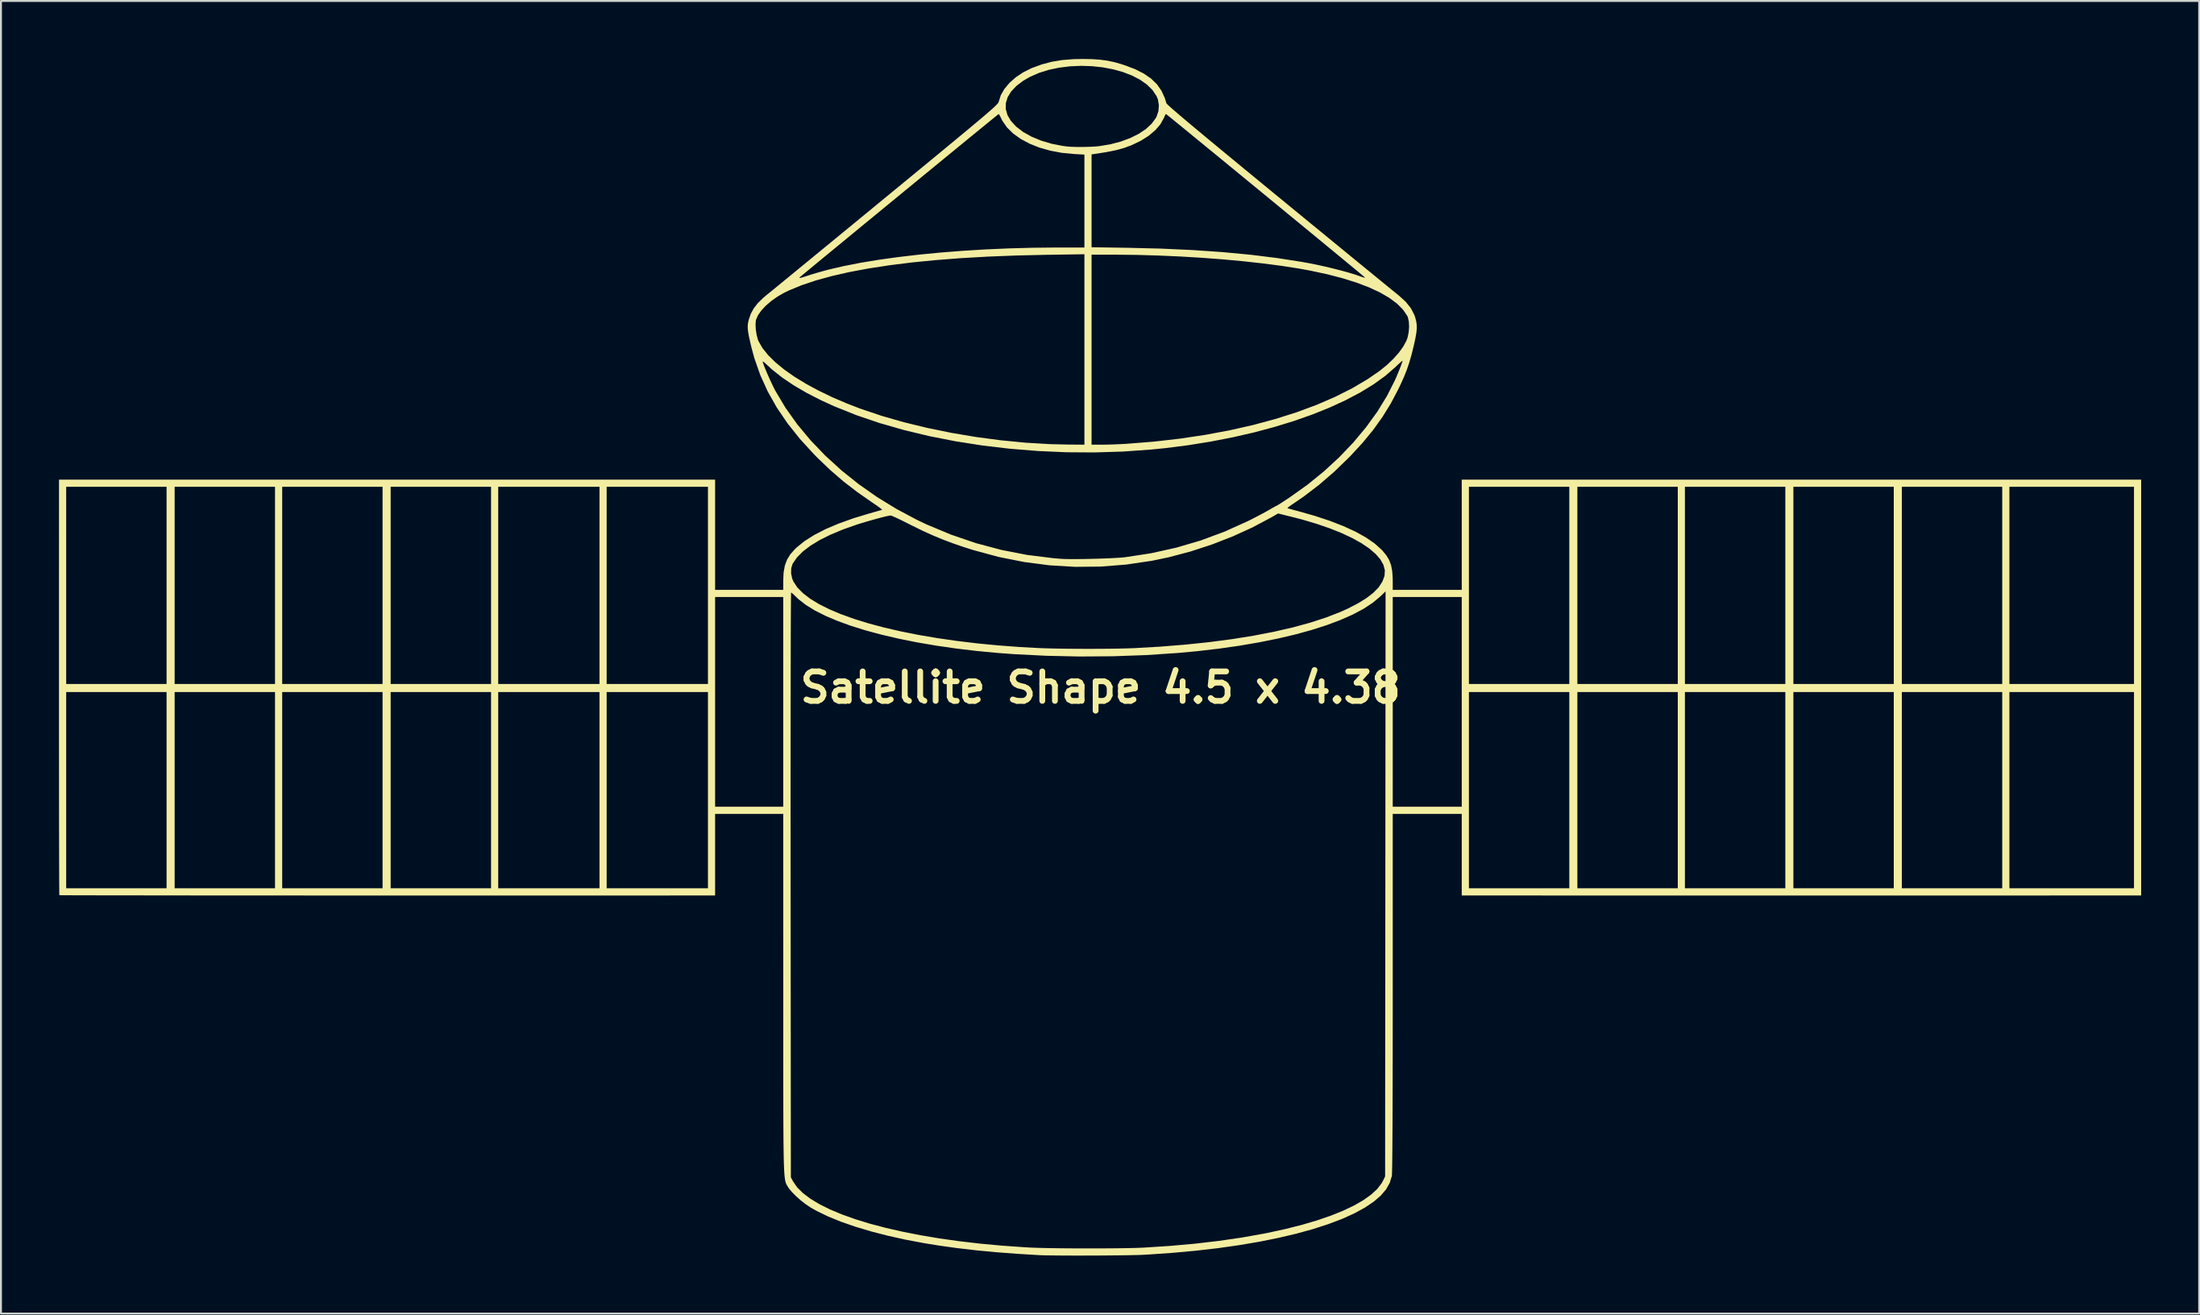
<source format=kicad_pcb>
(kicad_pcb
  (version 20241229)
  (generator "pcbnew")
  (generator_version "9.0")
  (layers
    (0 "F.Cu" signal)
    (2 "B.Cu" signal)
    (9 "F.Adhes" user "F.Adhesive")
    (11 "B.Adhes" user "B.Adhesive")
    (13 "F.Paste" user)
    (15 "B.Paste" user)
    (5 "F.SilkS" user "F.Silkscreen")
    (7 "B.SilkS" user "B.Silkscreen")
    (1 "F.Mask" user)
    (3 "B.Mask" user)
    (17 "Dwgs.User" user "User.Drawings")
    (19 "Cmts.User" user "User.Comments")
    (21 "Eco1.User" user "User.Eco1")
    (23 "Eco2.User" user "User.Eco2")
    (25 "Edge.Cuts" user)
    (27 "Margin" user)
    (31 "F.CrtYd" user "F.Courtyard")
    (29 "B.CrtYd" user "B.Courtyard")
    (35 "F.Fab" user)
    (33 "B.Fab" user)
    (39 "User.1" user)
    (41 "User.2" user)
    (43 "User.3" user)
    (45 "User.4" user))
  (footprint "Satellite Shape 4.5 x 4.38"
    (layer "F.Cu")
    (at 53.861 32.509)
    (property "Reference" "Satellite Shape 4.5 x 4.38" (at 0 0 0) (layer "F.SilkS") (effects (font (size 1.524 1.524) (thickness 0.3))))
    (attr board_only exclude_from_pos_files exclude_from_bom)
    (fp_poly (pts (xy -0.448 -32.501) (xy -0.034 -32.473) (xy 0.342 -32.423) (xy 0.708 -32.346) (xy 1.089 -32.238) (xy 1.246 -32.187) (xy 1.786 -31.982) (xy 2.241 -31.752) (xy 2.617 -31.492) (xy 2.919 -31.197) (xy 3.154 -30.861) (xy 3.327 -30.479) (xy 3.405 -30.22) (xy 3.433 -30.184) (xy 3.512 -30.107) (xy 3.643 -29.989) (xy 3.827 -29.828) (xy 4.066 -29.623) (xy 4.362 -29.372) (xy 4.716 -29.075) (xy 5.13 -28.729) (xy 5.605 -28.334) (xy 6.144 -27.888) (xy 6.748 -27.389) (xy 7.418 -26.837) (xy 8.157 -26.229) (xy 8.965 -25.565) (xy 9.237 -25.342) (xy 9.883 -24.812) (xy 10.513 -24.295) (xy 11.124 -23.794) (xy 11.711 -23.313) (xy 12.27 -22.855) (xy 12.797 -22.423) (xy 13.288 -22.021) (xy 13.739 -21.652) (xy 14.146 -21.319) (xy 14.504 -21.026) (xy 14.81 -20.776) (xy 15.059 -20.573) (xy 15.248 -20.419) (xy 15.372 -20.319) (xy 15.417 -20.283) (xy 15.778 -19.957) (xy 16.048 -19.619) (xy 16.231 -19.264) (xy 16.27 -19.152) (xy 16.322 -18.955) (xy 16.35 -18.765) (xy 16.353 -18.563) (xy 16.329 -18.33) (xy 16.279 -18.046) (xy 16.202 -17.696) (xy 16.085 -17.222) (xy 15.966 -16.809) (xy 15.836 -16.427) (xy 15.683 -16.045) (xy 15.496 -15.633) (xy 15.389 -15.411) (xy 15.003 -14.681) (xy 14.577 -13.991) (xy 14.099 -13.324) (xy 13.558 -12.665) (xy 12.941 -11.996) (xy 12.866 -11.919) (xy 12.088 -11.165) (xy 11.308 -10.49) (xy 10.512 -9.882) (xy 10.025 -9.548) (xy 9.866 -9.441) (xy 9.743 -9.353) (xy 9.672 -9.296) (xy 9.661 -9.281) (xy 9.709 -9.264) (xy 9.829 -9.229) (xy 10.002 -9.181) (xy 10.203 -9.128) (xy 11.072 -8.882) (xy 11.861 -8.621) (xy 12.568 -8.346) (xy 13.192 -8.059) (xy 13.729 -7.759) (xy 14.178 -7.448) (xy 14.537 -7.126) (xy 14.572 -7.089) (xy 14.775 -6.845) (xy 14.923 -6.6) (xy 15.023 -6.334) (xy 15.083 -6.027) (xy 15.108 -5.659) (xy 15.11 -5.486) (xy 15.11 -5.052) (xy 18.679 -5.052) (xy 18.679 -10.753) (xy 53.813 -10.753) (xy 53.813 10.753) (xy 50.394 10.754) (xy 49.966 10.754) (xy 49.452 10.754) (xy 48.86 10.755) (xy 48.195 10.755) (xy 47.461 10.755) (xy 46.665 10.755) (xy 45.811 10.755) (xy 44.907 10.755) (xy 43.956 10.755) (xy 42.964 10.755) (xy 41.938 10.755) (xy 40.881 10.755) (xy 39.801 10.755) (xy 38.702 10.755) (xy 37.59 10.755) (xy 36.47 10.755) (xy 35.348 10.755) (xy 34.23 10.755) (xy 33.12 10.755) (xy 32.024 10.755) (xy 30.948 10.755) (xy 29.898 10.755) (xy 28.878 10.755) (xy 27.894 10.755) (xy 26.952 10.755) (xy 26.058 10.755) (xy 25.216 10.755) (xy 24.432 10.755) (xy 23.711 10.755) (xy 23.06 10.755) (xy 22.484 10.754) (xy 21.987 10.754) (xy 21.576 10.754) (xy 21.472 10.754) (xy 18.679 10.753) (xy 18.679 10.382) (xy 19.05 10.382) (xy 24.241 10.382) (xy 24.658 10.382) (xy 29.85 10.382) (xy 30.22 10.382) (xy 35.412 10.382) (xy 35.829 10.382) (xy 41.02 10.382) (xy 41.437 10.382) (xy 46.628 10.382) (xy 46.999 10.382) (xy 53.442 10.382) (xy 53.442 0.232) (xy 46.999 0.232) (xy 46.999 10.382) (xy 46.628 10.382) (xy 46.628 0.232) (xy 41.437 0.232) (xy 41.437 10.382) (xy 41.02 10.382) (xy 41.02 0.232) (xy 35.829 0.232) (xy 35.829 10.382) (xy 35.412 10.382) (xy 35.412 0.232) (xy 30.22 0.232) (xy 30.22 10.382) (xy 29.85 10.382) (xy 29.85 0.232) (xy 24.658 0.232) (xy 24.658 10.382) (xy 24.241 10.382) (xy 24.241 0.232) (xy 19.05 0.232) (xy 19.05 10.382) (xy 18.679 10.382) (xy 18.679 6.535) (xy 15.11 6.535) (xy 15.11 15.776) (xy 15.11 17.016) (xy 15.109 18.172) (xy 15.108 19.243) (xy 15.106 20.229) (xy 15.104 21.129) (xy 15.102 21.943) (xy 15.099 22.67) (xy 15.095 23.308) (xy 15.091 23.858) (xy 15.087 24.319) (xy 15.082 24.69) (xy 15.076 24.971) (xy 15.071 25.16) (xy 15.064 25.257) (xy 15.063 25.265) (xy 14.955 25.618) (xy 14.767 25.952) (xy 14.494 26.273) (xy 14.142 26.577) (xy 13.676 26.894) (xy 13.122 27.196) (xy 12.485 27.484) (xy 11.768 27.755) (xy 10.977 28.01) (xy 10.116 28.247) (xy 9.188 28.465) (xy 8.199 28.664) (xy 7.151 28.841) (xy 6.05 28.997) (xy 4.9 29.129) (xy 3.705 29.238) (xy 2.47 29.323) (xy 2.178 29.339) (xy 1.969 29.347) (xy 1.683 29.354) (xy 1.332 29.361) (xy 0.931 29.366) (xy 0.49 29.37) (xy 0.024 29.374) (xy -0.456 29.376) (xy -0.935 29.377) (xy -1.403 29.377) (xy -1.845 29.376) (xy -2.249 29.373) (xy -2.603 29.369) (xy -2.893 29.364) (xy -3.106 29.358) (xy -3.152 29.356) (xy -4.324 29.285) (xy -5.418 29.202) (xy -6.446 29.104) (xy -7.422 28.99) (xy -8.36 28.859) (xy -9.131 28.734) (xy -10.094 28.552) (xy -11.012 28.348) (xy -11.876 28.125) (xy -12.681 27.884) (xy -13.419 27.627) (xy -14.083 27.357) (xy -14.666 27.076) (xy -14.985 26.897) (xy -15.237 26.728) (xy -15.496 26.528) (xy -15.741 26.311) (xy -15.953 26.098) (xy -16.113 25.905) (xy -16.162 25.829) (xy -16.19 25.782) (xy -16.216 25.739) (xy -16.24 25.696) (xy -16.262 25.65) (xy -16.282 25.595) (xy -16.3 25.529) (xy -16.316 25.448) (xy -16.33 25.347) (xy -16.343 25.224) (xy -16.354 25.073) (xy -16.364 24.892) (xy -16.373 24.676) (xy -16.38 24.421) (xy -16.386 24.124) (xy -16.391 23.781) (xy -16.396 23.387) (xy -16.399 22.94) (xy -16.402 22.434) (xy -16.404 21.867) (xy -16.405 21.235) (xy -16.406 20.533) (xy -16.407 19.758) (xy -16.407 18.905) (xy -16.407 17.972) (xy -16.407 16.953) (xy -16.407 15.846) (xy -16.407 15.817) (xy -16.408 6.535) (xy -19.931 6.535) (xy -19.931 10.753) (xy -22.746 10.755) (xy -23.891 10.755) (xy -25.059 10.755) (xy -26.246 10.756) (xy -27.45 10.756) (xy -28.666 10.756) (xy -29.892 10.756) (xy -31.124 10.756) (xy -32.358 10.756) (xy -33.59 10.756) (xy -34.819 10.756) (xy -36.039 10.756) (xy -37.247 10.756) (xy -38.44 10.756) (xy -39.615 10.755) (xy -40.767 10.755) (xy -41.894 10.754) (xy -42.992 10.754) (xy -44.058 10.753) (xy -45.087 10.753) (xy -46.077 10.752) (xy -47.024 10.752) (xy -47.925 10.751) (xy -48.775 10.75) (xy -49.572 10.749) (xy -50.313 10.749) (xy -50.992 10.748) (xy -51.608 10.747) (xy -52.157 10.746) (xy -52.634 10.745) (xy -53.038 10.744) (xy -53.363 10.743) (xy -53.607 10.742) (xy -53.767 10.741) (xy -53.838 10.74) (xy -53.842 10.74) (xy -53.844 10.692) (xy -53.846 10.552) (xy -53.847 10.382) (xy -53.488 10.382) (xy -48.297 10.382) (xy -47.88 10.382) (xy -42.689 10.382) (xy -42.318 10.382) (xy -37.127 10.382) (xy -36.709 10.382) (xy -31.518 10.382) (xy -31.147 10.382) (xy -25.91 10.382) (xy -25.539 10.382) (xy -20.301 10.382) (xy -20.301 6.165) (xy -19.931 6.165) (xy -16.408 6.165) (xy -16.408 5.669) (xy -16.028 5.669) (xy -16.028 6.765) (xy -16.027 7.892) (xy -16.027 9.046) (xy -16.026 10.209) (xy -16.014 25.33) (xy -15.905 25.534) (xy -15.693 25.843) (xy -15.392 26.144) (xy -15.006 26.436) (xy -14.539 26.718) (xy -13.995 26.989) (xy -13.376 27.248) (xy -12.688 27.494) (xy -11.934 27.726) (xy -11.117 27.942) (xy -10.242 28.142) (xy -9.311 28.325) (xy -8.33 28.49) (xy -7.301 28.635) (xy -6.228 28.76) (xy -5.115 28.863) (xy -3.967 28.944) (xy -3.615 28.964) (xy -3.332 28.975) (xy -2.972 28.985) (xy -2.549 28.993) (xy -2.076 29) (xy -1.567 29.004) (xy -1.036 29.007) (xy -0.497 29.007) (xy 0.036 29.006) (xy 0.55 29.003) (xy 1.03 28.998) (xy 1.463 28.991) (xy 1.835 28.982) (xy 2.132 28.971) (xy 2.202 28.968) (xy 3.579 28.879) (xy 4.88 28.763) (xy 6.117 28.619) (xy 7.303 28.446) (xy 8.451 28.241) (xy 8.644 28.203) (xy 9.556 28.005) (xy 10.404 27.791) (xy 11.186 27.561) (xy 11.898 27.317) (xy 12.538 27.06) (xy 13.102 26.792) (xy 13.587 26.514) (xy 13.99 26.227) (xy 14.308 25.934) (xy 14.537 25.635) (xy 14.603 25.516) (xy 14.716 25.284) (xy 14.728 10.155) (xy 14.731 6.165) (xy 15.11 6.165) (xy 18.679 6.165) (xy 18.679 -0.185) (xy 19.05 -0.185) (xy 24.241 -0.185) (xy 24.658 -0.185) (xy 29.85 -0.185) (xy 30.22 -0.185) (xy 35.412 -0.185) (xy 35.829 -0.185) (xy 41.02 -0.185) (xy 41.437 -0.185) (xy 46.628 -0.185) (xy 46.999 -0.185) (xy 53.442 -0.185) (xy 53.442 -10.382) (xy 46.999 -10.382) (xy 46.999 -0.185) (xy 46.628 -0.185) (xy 46.628 -10.382) (xy 41.437 -10.382) (xy 41.437 -0.185) (xy 41.02 -0.185) (xy 41.02 -10.382) (xy 35.829 -10.382) (xy 35.829 -0.185) (xy 35.412 -0.185) (xy 35.412 -10.382) (xy 30.22 -10.382) (xy 30.22 -0.185) (xy 29.85 -0.185) (xy 29.85 -10.382) (xy 24.658 -10.382) (xy 24.658 -0.185) (xy 24.241 -0.185) (xy 24.241 -10.382) (xy 19.05 -10.382) (xy 19.05 -0.185) (xy 18.679 -0.185) (xy 18.679 -4.681) (xy 15.11 -4.681) (xy 15.11 6.165) (xy 14.731 6.165) (xy 14.74 -4.975) (xy 14.448 -4.694) (xy 14.066 -4.377) (xy 13.597 -4.07) (xy 13.044 -3.776) (xy 12.411 -3.496) (xy 11.703 -3.23) (xy 10.924 -2.98) (xy 10.078 -2.747) (xy 9.169 -2.533) (xy 8.202 -2.338) (xy 7.181 -2.163) (xy 6.11 -2.01) (xy 4.993 -1.88) (xy 3.986 -1.787) (xy 2.333 -1.678) (xy 0.631 -1.618) (xy -1.094 -1.606) (xy -2.811 -1.643) (xy -4.491 -1.728) (xy -5.284 -1.787) (xy -6.394 -1.891) (xy -7.467 -2.019) (xy -8.501 -2.168) (xy -9.49 -2.337) (xy -10.429 -2.526) (xy -11.314 -2.732) (xy -12.141 -2.954) (xy -12.904 -3.192) (xy -13.6 -3.444) (xy -14.224 -3.709) (xy -14.771 -3.985) (xy -15.237 -4.271) (xy -15.617 -4.567) (xy -15.757 -4.701) (xy -15.87 -4.811) (xy -15.958 -4.887) (xy -16.001 -4.913) (xy -16.004 -4.867) (xy -16.006 -4.732) (xy -16.009 -4.511) (xy -16.011 -4.208) (xy -16.014 -3.826) (xy -16.016 -3.368) (xy -16.018 -2.838) (xy -16.02 -2.24) (xy -16.021 -1.576) (xy -16.023 -0.851) (xy -16.024 -0.067) (xy -16.025 0.772) (xy -16.026 1.662) (xy -16.027 2.6) (xy -16.027 3.583) (xy -16.028 4.607) (xy -16.028 5.669) (xy -16.408 5.669) (xy -16.408 -4.681) (xy -19.931 -4.681) (xy -19.931 6.165) (xy -20.301 6.165) (xy -20.301 0.232) (xy -25.539 0.232) (xy -25.539 10.382) (xy -25.91 10.382) (xy -25.91 0.232) (xy -31.147 0.232) (xy -31.147 10.382) (xy -31.518 10.382) (xy -31.518 0.232) (xy -36.709 0.232) (xy -36.709 10.382) (xy -37.127 10.382) (xy -37.127 0.232) (xy -42.318 0.232) (xy -42.318 10.382) (xy -42.689 10.382) (xy -42.689 0.232) (xy -47.88 0.232) (xy -47.88 10.382) (xy -48.297 10.382) (xy -48.297 0.232) (xy -53.488 0.232) (xy -53.488 10.382) (xy -53.847 10.382) (xy -53.848 10.324) (xy -53.85 10.007) (xy -53.851 9.605) (xy -53.853 9.118) (xy -53.854 8.549) (xy -53.855 7.898) (xy -53.857 7.168) (xy -53.858 6.361) (xy -53.859 5.478) (xy -53.859 4.52) (xy -53.86 3.489) (xy -53.861 2.388) (xy -53.861 1.217) (xy -53.861 -0.022) (xy -53.861 -0.185) (xy -53.488 -0.185) (xy -48.297 -0.185) (xy -47.88 -0.185) (xy -42.689 -0.185) (xy -42.318 -0.185) (xy -37.127 -0.185) (xy -36.709 -0.185) (xy -31.518 -0.185) (xy -31.147 -0.185) (xy -25.91 -0.185) (xy -25.539 -0.185) (xy -20.301 -0.185) (xy -20.301 -10.382) (xy -25.539 -10.382) (xy -25.539 -0.185) (xy -25.91 -0.185) (xy -25.91 -10.382) (xy -31.147 -10.382) (xy -31.147 -0.185) (xy -31.518 -0.185) (xy -31.518 -10.382) (xy -36.709 -10.382) (xy -36.709 -0.185) (xy -37.127 -0.185) (xy -37.127 -10.382) (xy -42.318 -10.382) (xy -42.318 -0.185) (xy -42.689 -0.185) (xy -42.689 -10.382) (xy -47.88 -10.382) (xy -47.88 -0.185) (xy -48.297 -0.185) (xy -48.297 -10.382) (xy -53.488 -10.382) (xy -53.488 -0.185) (xy -53.861 -0.185) (xy -53.861 -1.326) (xy -53.861 -2.695) (xy -53.861 -4.126) (xy -53.861 -5.435) (xy -53.859 -10.753) (xy -19.931 -10.753) (xy -19.931 -5.052) (xy -16.408 -5.052) (xy -16.408 -5.529) (xy -16.391 -5.909) (xy -16.002 -5.909) (xy -15.946 -5.639) (xy -15.88 -5.48) (xy -15.68 -5.177) (xy -15.39 -4.882) (xy -15.016 -4.595) (xy -14.561 -4.317) (xy -14.028 -4.05) (xy -13.422 -3.794) (xy -12.746 -3.551) (xy -12.004 -3.321) (xy -11.2 -3.106) (xy -10.338 -2.907) (xy -9.421 -2.724) (xy -8.454 -2.559) (xy -7.44 -2.412) (xy -6.382 -2.285) (xy -5.285 -2.179) (xy -4.153 -2.095) (xy -3.245 -2.045) (xy -2.844 -2.03) (xy -2.372 -2.018) (xy -1.847 -2.009) (xy -1.286 -2.004) (xy -0.709 -2.002) (xy -0.133 -2.003) (xy 0.423 -2.007) (xy 0.94 -2.015) (xy 1.4 -2.026) (xy 1.761 -2.039) (xy 3.094 -2.116) (xy 4.38 -2.219) (xy 5.613 -2.348) (xy 6.79 -2.502) (xy 7.905 -2.681) (xy 8.955 -2.883) (xy 9.934 -3.108) (xy 10.839 -3.355) (xy 11.665 -3.623) (xy 12.407 -3.912) (xy 12.783 -4.081) (xy 13.315 -4.355) (xy 13.757 -4.629) (xy 14.112 -4.905) (xy 14.383 -5.185) (xy 14.572 -5.473) (xy 14.683 -5.77) (xy 14.687 -5.787) (xy 14.703 -6.066) (xy 14.629 -6.347) (xy 14.469 -6.629) (xy 14.225 -6.91) (xy 13.901 -7.189) (xy 13.499 -7.462) (xy 13.022 -7.728) (xy 12.474 -7.986) (xy 11.856 -8.233) (xy 11.173 -8.468) (xy 10.428 -8.689) (xy 9.887 -8.829) (xy 9.182 -9.003) (xy 8.821 -8.795) (xy 7.855 -8.281) (xy 6.824 -7.812) (xy 5.748 -7.394) (xy 4.645 -7.034) (xy 3.535 -6.74) (xy 2.676 -6.56) (xy 1.342 -6.362) (xy 0.012 -6.256) (xy -1.315 -6.243) (xy -2.64 -6.322) (xy -3.962 -6.494) (xy -5.282 -6.758) (xy -6.6 -7.116) (xy -7.1 -7.275) (xy -7.662 -7.469) (xy -8.178 -7.664) (xy -8.675 -7.871) (xy -9.184 -8.101) (xy -9.731 -8.369) (xy -9.919 -8.463) (xy -10.181 -8.595) (xy -10.417 -8.71) (xy -10.616 -8.803) (xy -10.763 -8.868) (xy -10.844 -8.898) (xy -10.853 -8.899) (xy -10.943 -8.886) (xy -11.106 -8.851) (xy -11.324 -8.797) (xy -11.58 -8.729) (xy -11.859 -8.651) (xy -12.143 -8.569) (xy -12.417 -8.487) (xy -12.603 -8.428) (xy -13.322 -8.174) (xy -13.964 -7.906) (xy -14.525 -7.626) (xy -15.004 -7.335) (xy -15.397 -7.034) (xy -15.702 -6.725) (xy -15.918 -6.409) (xy -15.925 -6.396) (xy -15.995 -6.171) (xy -16.002 -5.909) (xy -16.391 -5.909) (xy -16.389 -5.95) (xy -16.326 -6.305) (xy -16.213 -6.612) (xy -16.041 -6.891) (xy -15.802 -7.162) (xy -15.713 -7.246) (xy -15.307 -7.574) (xy -14.81 -7.889) (xy -14.226 -8.19) (xy -13.555 -8.476) (xy -12.801 -8.747) (xy -11.994 -8.993) (xy -11.759 -9.059) (xy -11.555 -9.117) (xy -11.399 -9.161) (xy -11.308 -9.187) (xy -11.293 -9.191) (xy -11.316 -9.22) (xy -11.403 -9.289) (xy -11.543 -9.391) (xy -11.723 -9.515) (xy -11.803 -9.569) (xy -12.58 -10.11) (xy -13.292 -10.659) (xy -13.966 -11.239) (xy -14.628 -11.872) (xy -14.811 -12.057) (xy -15.544 -12.858) (xy -16.187 -13.665) (xy -16.742 -14.482) (xy -17.211 -15.314) (xy -17.597 -16.164) (xy -17.842 -16.865) (xy -17.474 -16.865) (xy -17.455 -16.789) (xy -17.404 -16.647) (xy -17.327 -16.456) (xy -17.232 -16.232) (xy -17.127 -15.994) (xy -17.018 -15.758) (xy -16.915 -15.542) (xy -16.823 -15.362) (xy -16.816 -15.349) (xy -16.292 -14.47) (xy -15.683 -13.614) (xy -14.993 -12.786) (xy -14.23 -11.991) (xy -13.398 -11.233) (xy -12.503 -10.517) (xy -11.551 -9.849) (xy -10.547 -9.234) (xy -9.498 -8.675) (xy -8.992 -8.435) (xy -7.726 -7.906) (xy -6.438 -7.467) (xy -5.129 -7.118) (xy -3.797 -6.859) (xy -2.441 -6.69) (xy -2.039 -6.657) (xy -1.829 -6.648) (xy -1.545 -6.644) (xy -1.204 -6.644) (xy -0.825 -6.648) (xy -0.425 -6.657) (xy -0.024 -6.668) (xy 0.361 -6.682) (xy 0.713 -6.699) (xy 1.011 -6.717) (xy 1.24 -6.737) (xy 1.275 -6.741) (xy 2.616 -6.946) (xy 3.918 -7.235) (xy 5.185 -7.608) (xy 6.419 -8.066) (xy 7.625 -8.61) (xy 7.741 -8.668) (xy 8 -8.8) (xy 8.264 -8.938) (xy 8.505 -9.068) (xy 8.698 -9.176) (xy 8.736 -9.198) (xy 8.897 -9.292) (xy 9.026 -9.364) (xy 9.104 -9.404) (xy 9.118 -9.409) (xy 9.163 -9.434) (xy 9.272 -9.501) (xy 9.431 -9.604) (xy 9.628 -9.733) (xy 9.798 -9.846) (xy 10.696 -10.486) (xy 11.544 -11.174) (xy 12.335 -11.903) (xy 13.065 -12.665) (xy 13.725 -13.455) (xy 14.311 -14.264) (xy 14.816 -15.087) (xy 15.226 -15.898) (xy 15.31 -16.09) (xy 15.397 -16.299) (xy 15.479 -16.504) (xy 15.549 -16.685) (xy 15.598 -16.824) (xy 15.62 -16.9) (xy 15.62 -16.904) (xy 15.589 -16.886) (xy 15.505 -16.815) (xy 15.381 -16.701) (xy 15.238 -16.565) (xy 14.719 -16.115) (xy 14.115 -15.679) (xy 13.43 -15.26) (xy 12.669 -14.859) (xy 11.84 -14.478) (xy 10.946 -14.119) (xy 9.994 -13.784) (xy 8.989 -13.476) (xy 7.936 -13.194) (xy 6.842 -12.943) (xy 5.712 -12.723) (xy 4.552 -12.536) (xy 3.366 -12.384) (xy 2.608 -12.308) (xy 1.156 -12.205) (xy -0.306 -12.16) (xy -1.772 -12.169) (xy -3.232 -12.233) (xy -4.679 -12.35) (xy -6.106 -12.518) (xy -7.503 -12.737) (xy -8.863 -13.005) (xy -10.178 -13.321) (xy -11.44 -13.684) (xy -12.641 -14.093) (xy -13.772 -14.547) (xy -14.453 -14.858) (xy -15.199 -15.241) (xy -15.872 -15.634) (xy -16.466 -16.035) (xy -16.975 -16.439) (xy -17.208 -16.652) (xy -17.33 -16.765) (xy -17.423 -16.842) (xy -17.471 -16.869) (xy -17.474 -16.865) (xy -17.842 -16.865) (xy -17.902 -17.036) (xy -18.047 -17.57) (xy -18.129 -17.917) (xy -18.188 -18.19) (xy -18.226 -18.406) (xy -18.244 -18.58) (xy -18.244 -18.727) (xy -18.239 -18.768) (xy -17.841 -18.768) (xy -17.826 -18.513) (xy -17.786 -18.249) (xy -17.725 -18.014) (xy -17.687 -17.914) (xy -17.481 -17.556) (xy -17.187 -17.189) (xy -16.811 -16.819) (xy -16.358 -16.447) (xy -15.832 -16.077) (xy -15.237 -15.713) (xy -14.58 -15.357) (xy -13.864 -15.012) (xy -13.095 -14.683) (xy -12.403 -14.417) (xy -11.322 -14.053) (xy -10.169 -13.722) (xy -8.96 -13.428) (xy -7.71 -13.172) (xy -6.434 -12.957) (xy -5.148 -12.787) (xy -3.868 -12.663) (xy -2.609 -12.589) (xy -1.703 -12.568) (xy -0.834 -12.561) (xy -0.834 -17.486) (xy -0.834 -22.387) (xy -0.464 -22.387) (xy -0.464 -12.561) (xy 0.082 -12.561) (xy 0.334 -12.564) (xy 0.643 -12.573) (xy 0.975 -12.587) (xy 1.293 -12.603) (xy 1.368 -12.608) (xy 2.751 -12.718) (xy 4.099 -12.872) (xy 5.406 -13.067) (xy 6.668 -13.302) (xy 7.879 -13.576) (xy 9.035 -13.887) (xy 10.131 -14.234) (xy 11.163 -14.616) (xy 12.124 -15.03) (xy 13.011 -15.477) (xy 13.818 -15.953) (xy 14.421 -16.369) (xy 14.796 -16.671) (xy 15.133 -16.991) (xy 15.423 -17.316) (xy 15.654 -17.635) (xy 15.816 -17.934) (xy 15.876 -18.096) (xy 15.934 -18.373) (xy 15.956 -18.658) (xy 15.943 -18.925) (xy 15.894 -19.146) (xy 15.863 -19.218) (xy 15.645 -19.542) (xy 15.337 -19.852) (xy 14.941 -20.148) (xy 14.46 -20.429) (xy 13.896 -20.692) (xy 13.251 -20.938) (xy 12.528 -21.166) (xy 11.728 -21.374) (xy 10.854 -21.562) (xy 10.267 -21.669) (xy 9.389 -21.806) (xy 8.433 -21.931) (xy 7.415 -22.044) (xy 6.348 -22.143) (xy 5.249 -22.226) (xy 4.131 -22.293) (xy 3.009 -22.343) (xy 1.899 -22.375) (xy 0.814 -22.387) (xy 0.73 -22.387) (xy -0.464 -22.387) (xy -0.834 -22.387) (xy -0.834 -22.41) (xy -2.816 -22.38) (xy -4.35 -22.345) (xy -5.812 -22.288) (xy -7.199 -22.209) (xy -8.512 -22.108) (xy -9.746 -21.986) (xy -10.903 -21.842) (xy -11.978 -21.677) (xy -12.972 -21.492) (xy -13.882 -21.285) (xy -14.707 -21.059) (xy -15.446 -20.812) (xy -16.096 -20.545) (xy -16.349 -20.424) (xy -16.701 -20.223) (xy -17.025 -19.994) (xy -17.31 -19.748) (xy -17.545 -19.496) (xy -17.717 -19.25) (xy -17.816 -19.02) (xy -17.826 -18.975) (xy -17.841 -18.768) (xy -18.239 -18.768) (xy -18.227 -18.865) (xy -18.195 -19.008) (xy -18.195 -19.01) (xy -18.089 -19.323) (xy -17.935 -19.609) (xy -17.722 -19.882) (xy -17.439 -20.159) (xy -17.216 -20.344) (xy -17.144 -20.402) (xy -17.005 -20.515) (xy -16.802 -20.681) (xy -16.54 -20.896) (xy -16.222 -21.156) (xy -16.183 -21.188) (xy -15.575 -21.188) (xy -15.549 -21.181) (xy -15.46 -21.201) (xy -15.3 -21.25) (xy -15.17 -21.293) (xy -14.937 -21.368) (xy -14.65 -21.453) (xy -14.346 -21.539) (xy -14.06 -21.616) (xy -14.059 -21.616) (xy -13.277 -21.798) (xy -12.411 -21.968) (xy -11.472 -22.123) (xy -10.466 -22.263) (xy -9.403 -22.388) (xy -8.292 -22.496) (xy -7.14 -22.586) (xy -5.958 -22.659) (xy -4.752 -22.712) (xy -3.533 -22.745) (xy -2.309 -22.758) (xy -2.213 -22.758) (xy -0.834 -22.758) (xy -0.834 -22.772) (xy -0.464 -22.772) (xy 1.425 -22.743) (xy 3.138 -22.701) (xy 4.764 -22.627) (xy 6.304 -22.521) (xy 7.757 -22.384) (xy 9.124 -22.215) (xy 10.403 -22.015) (xy 10.8 -21.943) (xy 11.188 -21.866) (xy 11.605 -21.774) (xy 12.03 -21.672) (xy 12.44 -21.568) (xy 12.813 -21.465) (xy 13.128 -21.37) (xy 13.256 -21.327) (xy 13.459 -21.256) (xy 13.587 -21.213) (xy 13.654 -21.194) (xy 13.672 -21.197) (xy 13.655 -21.22) (xy 13.625 -21.25) (xy 13.579 -21.29) (xy 13.466 -21.384) (xy 13.293 -21.529) (xy 13.063 -21.719) (xy 12.781 -21.951) (xy 12.454 -22.222) (xy 12.085 -22.526) (xy 11.679 -22.86) (xy 11.242 -23.221) (xy 10.777 -23.603) (xy 10.291 -24.003) (xy 9.788 -24.416) (xy 9.273 -24.84) (xy 8.751 -25.269) (xy 8.226 -25.7) (xy 7.704 -26.129) (xy 7.189 -26.552) (xy 6.687 -26.964) (xy 6.202 -27.362) (xy 5.739 -27.741) (xy 5.304 -28.098) (xy 4.9 -28.428) (xy 4.534 -28.729) (xy 4.209 -28.994) (xy 3.931 -29.221) (xy 3.705 -29.406) (xy 3.535 -29.544) (xy 3.426 -29.631) (xy 3.384 -29.663) (xy 3.384 -29.664) (xy 3.354 -29.625) (xy 3.305 -29.526) (xy 3.273 -29.452) (xy 3.093 -29.129) (xy 2.829 -28.822) (xy 2.489 -28.536) (xy 2.08 -28.278) (xy 1.61 -28.052) (xy 1.212 -27.905) (xy 0.927 -27.824) (xy 0.581 -27.746) (xy 0.163 -27.669) (xy -0.313 -27.596) (xy -0.464 -27.574) (xy -0.464 -22.772) (xy -0.834 -22.772) (xy -0.834 -27.564) (xy -1.362 -27.593) (xy -2 -27.654) (xy -2.603 -27.767) (xy -3.165 -27.927) (xy -3.676 -28.131) (xy -4.131 -28.375) (xy -4.521 -28.656) (xy -4.838 -28.969) (xy -5.076 -29.312) (xy -5.131 -29.421) (xy -5.195 -29.552) (xy -5.245 -29.64) (xy -5.265 -29.664) (xy -5.302 -29.635) (xy -5.406 -29.552) (xy -5.572 -29.417) (xy -5.794 -29.236) (xy -6.069 -29.012) (xy -6.391 -28.749) (xy -6.755 -28.451) (xy -7.156 -28.122) (xy -7.59 -27.767) (xy -8.052 -27.389) (xy -8.536 -26.992) (xy -9.038 -26.58) (xy -9.552 -26.158) (xy -10.075 -25.729) (xy -10.601 -25.297) (xy -11.125 -24.867) (xy -11.642 -24.442) (xy -12.148 -24.027) (xy -12.637 -23.625) (xy -13.105 -23.24) (xy -13.547 -22.876) (xy -13.958 -22.538) (xy -14.332 -22.23) (xy -14.666 -21.955) (xy -14.953 -21.718) (xy -15.19 -21.522) (xy -15.372 -21.371) (xy -15.493 -21.27) (xy -15.548 -21.223) (xy -15.55 -21.221) (xy -15.575 -21.188) (xy -16.183 -21.188) (xy -15.853 -21.459) (xy -15.437 -21.8) (xy -14.977 -22.177) (xy -14.479 -22.586) (xy -13.945 -23.025) (xy -13.38 -23.489) (xy -12.788 -23.975) (xy -12.173 -24.48) (xy -11.54 -25.001) (xy -11.091 -25.37) (xy -10.334 -25.992) (xy -9.646 -26.558) (xy -9.024 -27.07) (xy -8.463 -27.532) (xy -7.961 -27.947) (xy -7.514 -28.316) (xy -7.12 -28.643) (xy -6.774 -28.93) (xy -6.474 -29.181) (xy -6.217 -29.397) (xy -5.999 -29.582) (xy -5.817 -29.739) (xy -5.667 -29.87) (xy -5.614 -29.917) (xy -4.9 -29.917) (xy -4.813 -29.61) (xy -4.636 -29.308) (xy -4.367 -29.014) (xy -4.366 -29.013) (xy -4.008 -28.737) (xy -3.574 -28.494) (xy -3.08 -28.289) (xy -2.54 -28.127) (xy -1.966 -28.014) (xy -1.715 -27.981) (xy -1.487 -27.966) (xy -1.197 -27.958) (xy -0.877 -27.959) (xy -0.557 -27.967) (xy -0.268 -27.982) (xy -0.07 -28) (xy 0.506 -28.096) (xy 1.043 -28.237) (xy 1.533 -28.418) (xy 1.969 -28.634) (xy 2.341 -28.882) (xy 2.64 -29.157) (xy 2.859 -29.455) (xy 2.892 -29.516) (xy 2.992 -29.806) (xy 3.017 -30.116) (xy 2.967 -30.417) (xy 2.901 -30.581) (xy 2.687 -30.902) (xy 2.395 -31.189) (xy 2.036 -31.44) (xy 1.619 -31.656) (xy 1.153 -31.835) (xy 0.649 -31.975) (xy 0.114 -32.076) (xy -0.44 -32.136) (xy -1.004 -32.154) (xy -1.57 -32.13) (xy -2.127 -32.062) (xy -2.665 -31.95) (xy -3.176 -31.791) (xy -3.65 -31.584) (xy -3.996 -31.384) (xy -4.353 -31.113) (xy -4.623 -30.827) (xy -4.804 -30.53) (xy -4.897 -30.225) (xy -4.9 -29.917) (xy -5.614 -29.917) (xy -5.547 -29.977) (xy -5.454 -30.065) (xy -5.383 -30.135) (xy -5.332 -30.19) (xy -5.297 -30.233) (xy -5.276 -30.266) (xy -5.265 -30.294) (xy -5.262 -30.306) (xy -5.157 -30.637) (xy -4.969 -30.963) (xy -4.707 -31.275) (xy -4.38 -31.564) (xy -3.998 -31.819) (xy -3.569 -32.033) (xy -3.546 -32.042) (xy -3.036 -32.229) (xy -2.521 -32.365) (xy -1.98 -32.454) (xy -1.39 -32.5) (xy -0.927 -32.509)) (stroke (width 0) (type solid)) (fill yes) (layer "F.SilkS")))
  (gr_rect
    (start -3 -3)
    (end 110.674 64.886)
    (stroke (width 0.1) (type default))
    (fill no)
    (layer "Edge.Cuts")))
</source>
